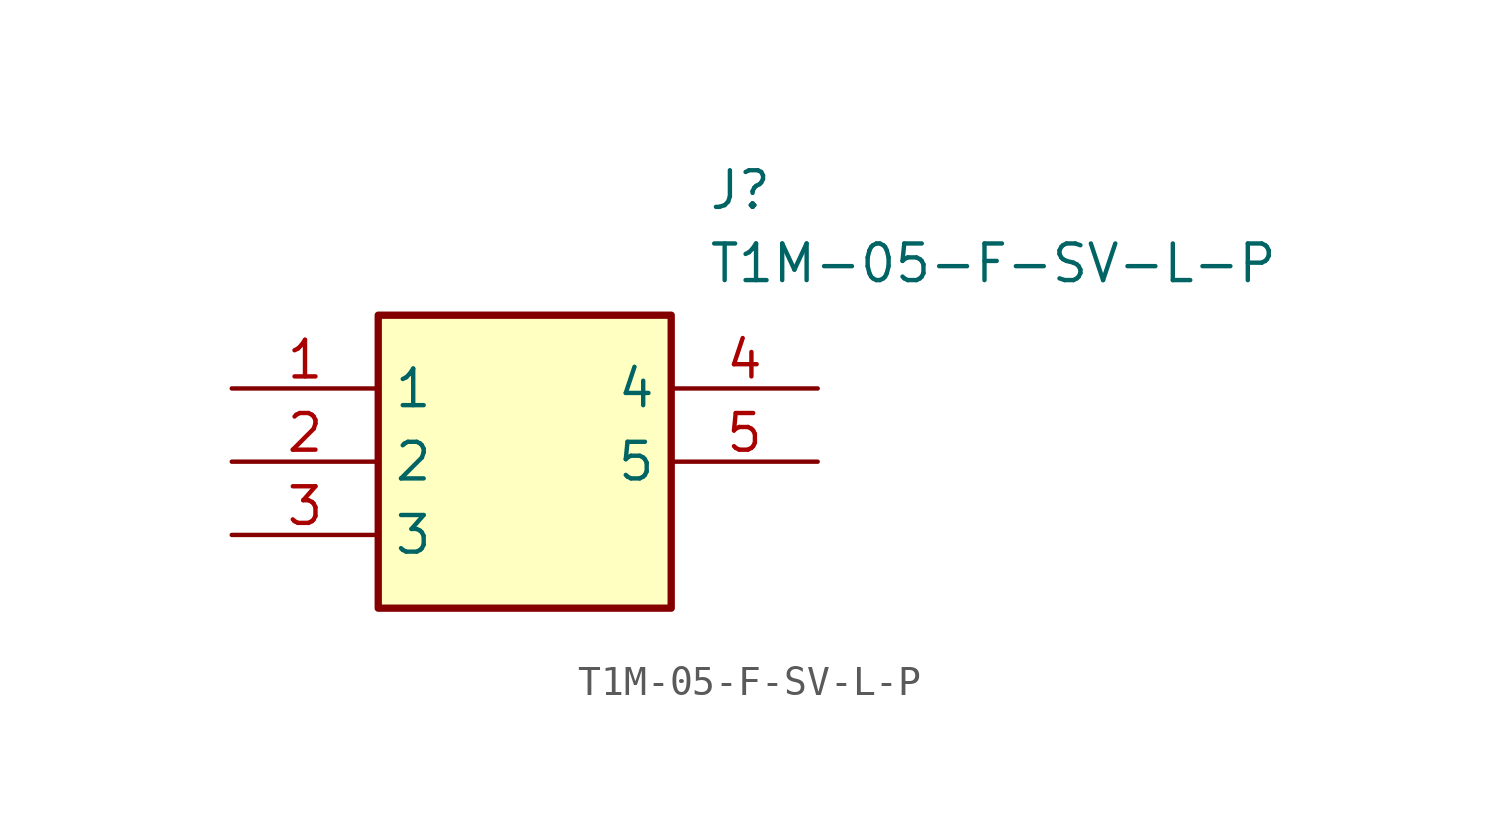
<source format=kicad_sym>
(kicad_symbol_lib
  (version 20211014)
  (generator SamacSys_ECAD_Model)
  (symbol "T1M-05-F-SV-L-P"
    (property "Reference" "J"
      (at 16.51 7.62 0)
      (effects (font (size 1.27 1.27)) (justify left top)))
    (property "Value" "T1M-05-F-SV-L-P"
      (at 16.51 5.08 0)
      (effects (font (size 1.27 1.27)) (justify left top)))
    (rectangle
      (start 5.08 2.54)
      (end 15.24 -7.62)
      (stroke (width 0.254) (type default))
      (fill (type background)))
    (pin passive line
      (at 0 0 0)
      (length 5.08)
      (name "1" (effects (font (size 1.27 1.27))))
      (number "1" (effects (font (size 1.27 1.27)))))
    (pin passive line
      (at 0 -2.54 0)
      (length 5.08)
      (name "2" (effects (font (size 1.27 1.27))))
      (number "2" (effects (font (size 1.27 1.27)))))
    (pin passive line
      (at 0 -5.08 0)
      (length 5.08)
      (name "3" (effects (font (size 1.27 1.27))))
      (number "3" (effects (font (size 1.27 1.27)))))
    (pin passive line
      (at 20.32 0 180)
      (length 5.08)
      (name "4" (effects (font (size 1.27 1.27))))
      (number "4" (effects (font (size 1.27 1.27)))))
    (pin passive line
      (at 20.32 -2.54 180)
      (length 5.08)
      (name "5" (effects (font (size 1.27 1.27))))
      (number "5" (effects (font (size 1.27 1.27)))))))
</source>
